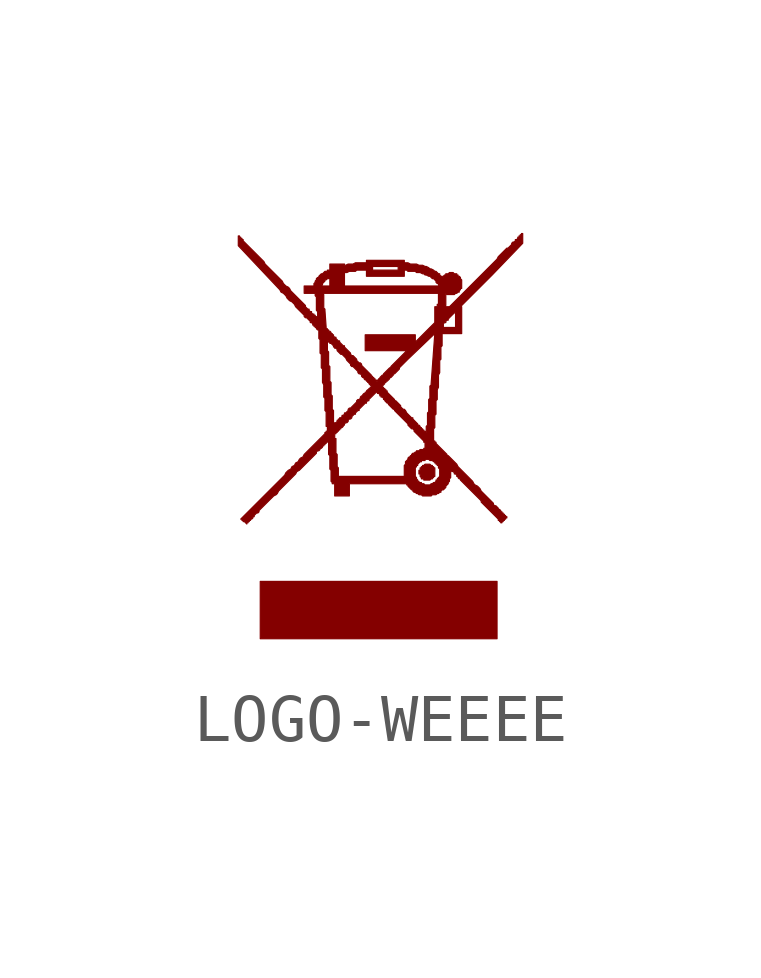
<source format=kicad_sym>
(kicad_symbol_lib
  (version 20211014)
  (generator kicad_symbol_editor)
  (symbol "LOGO-WEEEE"
    (pin_names
      (offset 1.016))
    (property "Reference" "#G"
      (at 0 -3.454 0)
      (effects (font (size 1.524 1.524)) hide))
    (symbol "LOGO-WEEEE_0_0"
      (polyline (pts (xy 2.438 -3.023) (xy -2.489 -3.023) (xy -2.489 -4.216) (xy 2.438 -4.216) (xy 2.438 -3.023)) (stroke (width 0.025) (type default) (color 0 0 0 0)) (fill (type outline)))
      (polyline (pts (xy 1.067 -0.889) (xy 1.092 -0.889) (xy 1.092 -0.864) (xy 1.118 -0.864) (xy 1.118 -0.838) (xy 1.143 -0.838) (xy 1.143 -0.66) (xy 1.118 -0.66) (xy 1.118 -0.635) (xy 1.092 -0.635) (xy 1.092 -0.61) (xy 1.067 -0.61) (xy 1.041 -0.584) (xy 0.94 -0.584) (xy 0.914 -0.61) (xy 0.889 -0.61) (xy 0.889 -0.635) (xy 0.864 -0.635) (xy 0.864 -0.66) (xy 0.838 -0.66) (xy 0.838 -0.711) (xy 0.813 -0.711) (xy 0.813 -0.787) (xy 0.838 -0.787) (xy 0.838 -0.838) (xy 0.864 -0.864) (xy 0.864 -0.889) (xy 0.914 -0.889) (xy 0.914 -0.914) (xy 1.041 -0.914) (xy 1.067 -0.889)) (stroke (width 0.025) (type default) (color 0 0 0 0)) (fill (type outline)))
      (polyline (pts (xy -2.769 -1.803) (xy -2.743 -1.803) (xy -2.743 -1.778) (xy -2.718 -1.778) (xy -2.718 -1.753) (xy -2.692 -1.753) (xy -2.692 -1.727) (xy -2.667 -1.727) (xy -2.642 -1.702) (xy -2.642 -1.676) (xy -2.616 -1.676) (xy -2.616 -1.651) (xy -2.565 -1.6) (xy -2.54 -1.6) (xy -2.515 -1.575) (xy -2.515 -1.549) (xy -2.21 -1.245) (xy -2.159 -1.219) (xy -2.134 -1.194) (xy -2.108 -1.143) (xy -1.753 -0.787) (xy -1.727 -0.737) (xy -1.676 -0.711) (xy -1.321 -0.356) (xy -1.321 -0.33) (xy -1.295 -0.305) (xy -1.27 -0.305) (xy -1.245 -0.279) (xy -1.245 -0.254) (xy -1.219 -0.254) (xy -1.194 -0.229) (xy -1.194 -0.203) (xy -1.168 -0.203) (xy -1.168 -0.178) (xy -1.143 -0.178) (xy -1.143 -0.152) (xy -1.118 -0.152) (xy -1.118 -0.127) (xy -1.092 -0.127) (xy -1.092 -0.102) (xy -1.067 -0.102) (xy -1.067 -0.381) (xy -1.041 -0.406) (xy -1.041 -0.686) (xy -1.016 -0.711) (xy -1.016 -0.94) (xy -0.991 -0.965) (xy -0.991 -0.991) (xy -0.94 -0.991) (xy -0.94 -1.245) (xy -0.635 -1.245) (xy -0.635 -0.991) (xy 0.559 -0.991) (xy 0.559 -1.016) (xy 0.584 -1.016) (xy 0.584 -1.041) (xy 0.66 -1.118) (xy 0.686 -1.118) (xy 0.686 -1.143) (xy 0.711 -1.168) (xy 0.737 -1.168) (xy 0.762 -1.194) (xy 0.787 -1.194) (xy 0.813 -1.219) (xy 0.864 -1.219) (xy 0.889 -1.245) (xy 1.067 -1.245) (xy 1.092 -1.219) (xy 1.168 -1.219) (xy 1.194 -1.194) (xy 1.219 -1.194) (xy 1.245 -1.168) (xy 1.27 -1.168) (xy 1.27 -1.143) (xy 1.295 -1.118) (xy 1.321 -1.118) (xy 1.372 -1.067) (xy 1.372 -1.041) (xy 1.422 -0.991) (xy 1.422 -0.965) (xy 1.448 -0.94) (xy 1.448 -0.889) (xy 1.473 -0.864) (xy 1.473 -0.711) (xy 1.499 -0.711) (xy 1.499 -0.737) (xy 1.524 -0.737) (xy 1.549 -0.762) (xy 1.549 -0.787) (xy 1.575 -0.787) (xy 1.6 -0.813) (xy 1.6 -0.838) (xy 1.626 -0.838) (xy 1.626 -0.864) (xy 1.651 -0.889) (xy 1.676 -0.889) (xy 1.676 -0.914) (xy 2.108 -1.346) (xy 2.108 -1.372) (xy 2.464 -1.727) (xy 2.464 -1.753) (xy 2.489 -1.753) (xy 2.489 -1.778) (xy 2.515 -1.778) (xy 2.515 -1.803) (xy 2.54 -1.803) (xy 2.54 -1.778) (xy 2.565 -1.778) (xy 2.565 -1.753) (xy 2.591 -1.753) (xy 2.591 -1.727) (xy 2.616 -1.727) (xy 2.616 -1.702) (xy 2.642 -1.702) (xy 2.642 -1.676) (xy 2.616 -1.676) (xy 2.616 -1.651) (xy 2.591 -1.651) (xy 2.591 -1.626) (xy 2.565 -1.626) (xy 2.565 -1.6) (xy 2.54 -1.6) (xy 2.54 -1.575) (xy 2.515 -1.575) (xy 2.515 -1.549) (xy 2.489 -1.524) (xy 2.464 -1.524) (xy 2.464 -1.499) (xy 2.413 -1.448) (xy 2.388 -1.448) (xy 2.362 -1.422) (xy 2.362 -1.397) (xy 2.108 -1.143) (xy 2.083 -1.092) (xy 2.032 -1.041) (xy 1.981 -1.016) (xy 1.956 -0.991) (xy 1.93 -0.94) (xy 1.626 -0.635) (xy 1.6 -0.584) (xy 1.422 -0.406) (xy 1.397 -0.406) (xy 1.397 -0.381) (xy 1.168 -0.152) (xy 1.168 -0.127) (xy 1.143 -0.127) (xy 1.143 -0.102) (xy 1.118 -0.102) (xy 1.118 0.152) (xy 1.143 0.178) (xy 1.143 0.432) (xy 1.168 0.457) (xy 1.168 0.737) (xy 1.194 0.762) (xy 1.194 0.965) (xy 1.219 1.016) (xy 1.219 1.27) (xy 1.245 1.321) (xy 1.245 1.575) (xy 1.27 1.6) (xy 1.27 1.854) (xy 1.295 1.88) (xy 1.295 2.134) (xy 1.702 2.134) (xy 1.702 2.692) (xy 1.676 2.692) (xy 2.337 3.353) (xy 2.972 4.013) (xy 2.972 4.216) (xy 2.946 4.216) (xy 2.946 4.191) (xy 2.921 4.191) (xy 2.921 4.166) (xy 2.896 4.166) (xy 2.896 4.14) (xy 2.87 4.14) (xy 2.87 4.115) (xy 2.845 4.089) (xy 2.819 4.089) (xy 2.819 4.064) (xy 2.794 4.039) (xy 2.769 4.039) (xy 2.743 4.013) (xy 2.743 3.988) (xy 2.667 3.912) (xy 2.642 3.912) (xy 2.464 3.734) (xy 2.438 3.683) (xy 1.448 2.692) (xy 1.346 2.692) (xy 1.346 2.718) (xy 1.372 2.718) (xy 1.372 2.972) (xy 1.397 2.972) (xy 1.397 2.946) (xy 1.549 2.946) (xy 1.575 2.972) (xy 1.6 2.972) (xy 1.626 2.997) (xy 1.651 2.997) (xy 1.651 3.023) (xy 1.676 3.048) (xy 1.676 3.073) (xy 1.702 3.073) (xy 1.702 3.251) (xy 1.676 3.277) (xy 1.676 3.302) (xy 1.651 3.327) (xy 1.626 3.327) (xy 1.626 3.353) (xy 1.6 3.353) (xy 1.6 3.378) (xy 1.549 3.378) (xy 1.524 3.404) (xy 1.448 3.404) (xy 1.422 3.378) (xy 1.372 3.378) (xy 1.372 3.353) (xy 1.346 3.353) (xy 1.321 3.327) (xy 1.321 3.302) (xy 1.295 3.302) (xy 1.295 3.327) (xy 1.27 3.327) (xy 1.245 3.353) (xy 1.245 3.378) (xy 1.219 3.378) (xy 1.168 3.429) (xy 1.143 3.429) (xy 1.118 3.454) (xy 1.067 3.48) (xy 1.041 3.48) (xy 1.016 3.505) (xy 0.965 3.531) (xy 0.94 3.531) (xy 0.889 3.556) (xy 0.813 3.556) (xy 0.762 3.581) (xy 0.635 3.581) (xy 0.584 3.607) (xy 0.508 3.607) (xy 0.508 3.658) (xy -0.279 3.658) (xy -0.279 3.607) (xy -0.508 3.607) (xy -0.559 3.581) (xy -0.66 3.581) (xy -0.711 3.556) (xy -0.737 3.556) (xy -0.737 3.581) (xy -1.041 3.581) (xy -1.041 3.454) (xy -1.092 3.454) (xy -1.092 3.429) (xy -1.143 3.429) (xy -1.194 3.378) (xy -1.219 3.378) (xy -1.27 3.327) (xy -1.27 3.302) (xy -1.295 3.302) (xy -1.321 3.277) (xy -1.321 3.251) (xy -1.346 3.226) (xy -1.346 3.2) (xy -1.372 3.175) (xy -1.372 3.124) (xy -1.219 3.124) (xy -1.219 3.15) (xy -1.194 3.15) (xy -1.194 3.175) (xy -1.143 3.226) (xy -1.143 3.251) (xy -1.118 3.251) (xy -1.092 3.277) (xy -1.067 3.277) (xy -1.041 3.302) (xy -1.041 3.124) (xy -0.737 3.124) (xy -0.737 3.404) (xy -0.686 3.404) (xy -0.635 3.429) (xy -0.508 3.429) (xy -0.483 3.454) (xy -0.279 3.454) (xy -0.152 3.454) (xy -0.152 3.531) (xy 0.381 3.531) (xy 0.381 3.454) (xy -0.152 3.454) (xy -0.279 3.454) (xy -0.279 3.327) (xy 0.508 3.327) (xy 0.508 3.454) (xy 0.559 3.454) (xy 0.584 3.429) (xy 0.737 3.429) (xy 0.762 3.404) (xy 0.838 3.404) (xy 0.889 3.378) (xy 0.914 3.378) (xy 0.94 3.353) (xy 0.965 3.353) (xy 1.016 3.327) (xy 1.041 3.327) (xy 1.092 3.277) (xy 1.118 3.277) (xy 1.168 3.226) (xy 1.168 3.2) (xy 1.194 3.175) (xy 1.219 3.175) (xy 1.219 3.15) (xy 1.245 3.124) (xy -0.737 3.124) (xy -1.041 3.124) (xy -1.219 3.124) (xy -1.372 3.124) (xy -1.575 3.124) (xy -1.575 2.972) (xy -1.346 2.972) (xy -1.346 2.946) (xy -1.194 2.946) (xy -1.194 2.972) (xy 1.219 2.972) (xy 1.219 2.743) (xy 1.194 2.743) (xy 1.194 2.692) (xy 1.143 2.692) (xy 1.143 2.362) (xy 1.041 2.261) (xy 1.321 2.261) (xy 1.321 2.337) (xy 1.346 2.362) (xy 1.372 2.362) (xy 1.372 2.388) (xy 1.397 2.413) (xy 1.422 2.413) (xy 1.422 2.438) (xy 1.549 2.565) (xy 1.575 2.565) (xy 1.575 2.261) (xy 1.321 2.261) (xy 1.041 2.261) (xy 0.737 1.956) (xy 0.737 2.108) (xy -0.305 2.108) (xy -0.305 1.778) (xy 0.559 1.778) (xy 0.229 1.448) (xy 0.229 1.422) (xy 0.203 1.422) (xy 0.076 1.295) (xy 0.076 1.27) (xy 0.051 1.27) (xy 0 1.219) (xy 0 1.194) (xy -0.025 1.194) (xy -0.025 1.168) (xy -0.051 1.168) (xy -0.051 1.143) (xy -0.076 1.143) (xy -0.076 1.168) (xy -0.102 1.168) (xy -0.102 1.194) (xy -0.127 1.194) (xy -0.127 1.219) (xy -0.152 1.219) (xy -0.152 1.245) (xy -0.178 1.245) (xy -0.178 1.27) (xy -0.381 1.473) (xy -0.381 1.499) (xy -0.406 1.524) (xy -0.432 1.524) (xy -0.483 1.575) (xy -0.483 1.6) (xy -0.559 1.676) (xy -0.584 1.676) (xy -0.61 1.702) (xy -0.61 1.727) (xy -0.737 1.854) (xy -0.737 1.88) (xy -0.762 1.88) (xy -0.838 1.956) (xy -0.838 1.981) (xy -0.864 1.981) (xy -0.914 2.032) (xy -0.914 2.057) (xy -0.94 2.057) (xy -0.965 2.083) (xy -0.965 2.108) (xy -0.991 2.108) (xy -0.991 2.134) (xy -1.016 2.134) (xy -1.016 2.159) (xy -1.041 2.184) (xy -1.067 2.184) (xy -1.067 2.21) (xy -1.092 2.21) (xy -1.092 2.235) (xy -1.118 2.235) (xy -1.118 2.261) (xy -1.143 2.616) (xy -1.143 2.642) (xy -1.168 2.667) (xy -1.168 2.946) (xy -1.194 2.946) (xy -1.346 2.946) (xy -1.346 2.921) (xy -1.321 2.896) (xy -1.321 2.616) (xy -1.295 2.591) (xy -1.295 2.464) (xy -1.321 2.464) (xy -1.321 2.489) (xy -1.346 2.489) (xy -1.346 2.515) (xy -1.372 2.515) (xy -1.372 2.54) (xy -1.397 2.54) (xy -1.422 2.565) (xy -1.422 2.591) (xy -1.448 2.591) (xy -1.473 2.616) (xy -1.473 2.642) (xy -1.499 2.642) (xy -1.549 2.692) (xy -1.549 2.718) (xy -1.854 3.023) (xy -1.88 3.073) (xy -1.905 3.099) (xy -1.956 3.124) (xy -2.007 3.175) (xy -2.032 3.226) (xy -2.388 3.581) (xy -2.413 3.632) (xy -2.845 4.064) (xy -2.845 4.089) (xy -2.87 4.089) (xy -2.87 4.115) (xy -2.896 4.115) (xy -2.896 4.14) (xy -2.921 4.14) (xy -2.921 4.166) (xy -2.946 4.166) (xy -2.946 3.962) (xy -2.108 3.073) (xy -2.083 3.048) (xy -2.057 2.997) (xy -2.007 2.972) (xy -1.956 2.921) (xy -1.93 2.87) (xy -1.88 2.819) (xy -1.829 2.794) (xy -1.778 2.743) (xy -1.753 2.692) (xy -1.575 2.515) (xy -1.575 2.489) (xy -1.549 2.464) (xy -1.524 2.464) (xy -1.448 2.388) (xy -1.448 2.362) (xy -1.422 2.362) (xy -1.397 2.337) (xy -1.397 2.311) (xy -1.372 2.311) (xy -1.372 2.286) (xy -1.346 2.286) (xy -1.346 2.261) (xy -1.321 2.261) (xy -1.321 2.235) (xy -1.295 2.21) (xy -1.27 2.21) (xy -1.27 2.032) (xy -1.245 2.007) (xy -1.245 1.778) (xy -1.092 1.778) (xy -1.092 1.981) (xy -1.067 1.981) (xy -1.067 1.956) (xy -1.041 1.956) (xy -1.041 1.93) (xy -1.016 1.93) (xy -0.965 1.88) (xy -0.965 1.854) (xy -0.94 1.854) (xy -0.94 1.829) (xy -0.914 1.829) (xy -0.889 1.803) (xy -0.889 1.778) (xy -0.813 1.702) (xy -0.787 1.702) (xy -0.711 1.626) (xy -0.686 1.575) (xy -0.61 1.499) (xy -0.61 1.473) (xy -0.584 1.448) (xy -0.559 1.448) (xy -0.457 1.346) (xy -0.457 1.321) (xy -0.432 1.295) (xy -0.406 1.295) (xy -0.381 1.27) (xy -0.381 1.245) (xy -0.356 1.219) (xy -0.33 1.219) (xy -0.33 1.194) (xy -0.305 1.168) (xy -0.279 1.168) (xy -0.279 1.143) (xy -0.254 1.143) (xy -0.254 1.118) (xy -0.229 1.118) (xy -0.229 1.092) (xy -0.178 1.041) (xy -0.178 1.016) (xy 0.051 1.016) (xy 0.051 1.041) (xy 0.102 1.092) (xy 0.102 1.118) (xy 0.127 1.118) (xy 0.127 1.143) (xy 0.152 1.143) (xy 0.203 1.194) (xy 0.203 1.219) (xy 0.229 1.219) (xy 0.279 1.27) (xy 0.279 1.295) (xy 0.305 1.295) (xy 0.406 1.397) (xy 0.406 1.422) (xy 0.584 1.6) (xy 1.143 2.134) (xy 1.067 1.092) (xy 1.067 1.067) (xy 1.041 1.041) (xy 1.041 0.787) (xy 1.016 0.762) (xy 1.016 0.508) (xy 0.991 0.483) (xy 0.991 0.229) (xy 0.965 0.203) (xy 0.965 0.076) (xy 0.94 0.076) (xy 0.94 0.102) (xy 0.914 0.102) (xy 0.914 0.127) (xy 0.889 0.127) (xy 0.889 0.152) (xy 0.864 0.152) (xy 0.864 0.178) (xy 0.838 0.178) (xy 0.838 0.203) (xy 0.813 0.229) (xy 0.787 0.229) (xy 0.787 0.254) (xy 0.686 0.356) (xy 0.686 0.381) (xy 0.66 0.381) (xy 0.559 0.483) (xy 0.533 0.533) (xy 0.508 0.559) (xy 0.483 0.559) (xy 0.432 0.61) (xy 0.432 0.635) (xy 0.33 0.737) (xy 0.305 0.737) (xy 0.305 0.762) (xy 0.152 0.914) (xy 0.152 0.94) (xy 0.127 0.94) (xy 0.127 0.965) (xy 0.102 0.965) (xy 0.102 0.991) (xy 0.076 0.991) (xy 0.076 1.016) (xy 0.051 1.016) (xy -0.178 1.016) (xy -0.203 1.016) (xy -0.203 0.991) (xy -0.229 0.991) (xy -0.229 0.965) (xy -0.254 0.965) (xy -0.279 0.94) (xy -0.279 0.914) (xy -0.305 0.914) (xy -0.305 0.889) (xy -0.33 0.889) (xy -0.356 0.864) (xy -0.356 0.838) (xy -0.381 0.838) (xy -0.406 0.813) (xy -0.406 0.787) (xy -0.432 0.762) (xy -0.457 0.762) (xy -0.483 0.737) (xy -0.483 0.711) (xy -0.61 0.584) (xy -0.635 0.584) (xy -0.66 0.559) (xy -0.66 0.533) (xy -0.711 0.483) (xy -0.737 0.483) (xy -0.737 0.457) (xy -0.762 0.432) (xy -0.787 0.432) (xy -0.787 0.406) (xy -0.813 0.381) (xy -0.838 0.381) (xy -0.838 0.356) (xy -0.864 0.356) (xy -0.864 0.33) (xy -0.889 0.33) (xy -0.889 0.305) (xy -0.914 0.279) (xy -0.94 0.279) (xy -0.94 0.254) (xy -0.965 0.254) (xy -0.965 0.533) (xy -0.991 0.559) (xy -0.991 0.838) (xy -1.016 0.864) (xy -1.016 1.118) (xy -1.041 1.143) (xy -1.041 1.448) (xy -1.067 1.473) (xy -1.067 1.753) (xy -1.092 1.778) (xy -1.245 1.778) (xy -1.245 1.727) (xy -1.219 1.702) (xy -1.219 1.422) (xy -1.194 1.397) (xy -1.194 1.118) (xy -1.168 1.067) (xy -1.168 0.813) (xy -1.143 0.787) (xy -1.143 0.533) (xy -1.118 0.508) (xy -1.118 0.203) (xy -1.092 0.203) (xy -1.092 0.102) (xy -1.118 0.102) (xy -1.118 0.076) (xy -1.143 0.076) (xy -1.143 0.051) (xy -1.245 -0.051) (xy -0.94 -0.051) (xy -0.94 0.051) (xy -0.914 0.051) (xy -0.914 0.076) (xy -0.889 0.076) (xy -0.889 0.102) (xy -0.864 0.102) (xy -0.864 0.127) (xy -0.838 0.127) (xy -0.838 0.152) (xy -0.813 0.152) (xy -0.813 0.178) (xy -0.787 0.178) (xy -0.762 0.203) (xy -0.762 0.229) (xy -0.737 0.229) (xy -0.737 0.254) (xy -0.711 0.279) (xy -0.686 0.279) (xy -0.66 0.305) (xy -0.66 0.33) (xy -0.635 0.356) (xy -0.61 0.356) (xy -0.584 0.381) (xy -0.584 0.406) (xy -0.533 0.457) (xy -0.508 0.457) (xy -0.508 0.483) (xy -0.457 0.533) (xy -0.432 0.533) (xy -0.432 0.559) (xy -0.305 0.686) (xy -0.279 0.686) (xy -0.279 0.711) (xy -0.254 0.737) (xy -0.229 0.737) (xy -0.229 0.762) (xy -0.076 0.914) (xy -0.051 0.914) (xy -0.051 0.889) (xy -0.025 0.889) (xy 0 0.864) (xy 0 0.838) (xy 0.025 0.838) (xy 0.025 0.813) (xy 0.051 0.813) (xy 0.076 0.787) (xy 0.076 0.762) (xy 0.102 0.762) (xy 0.102 0.737) (xy 0.152 0.686) (xy 0.178 0.686) (xy 0.178 0.66) (xy 0.279 0.559) (xy 0.305 0.559) (xy 0.305 0.533) (xy 0.584 0.254) (xy 0.584 0.229) (xy 0.66 0.152) (xy 0.686 0.152) (xy 0.711 0.127) (xy 0.711 0.102) (xy 0.914 -0.102) (xy 0.914 -0.127) (xy 0.94 -0.127) (xy 0.94 -0.254) (xy 0.914 -0.254) (xy 0.914 -0.279) (xy 0.838 -0.279) (xy 0.813 -0.305) (xy 0.762 -0.305) (xy 0.762 -0.33) (xy 0.737 -0.33) (xy 0.711 -0.356) (xy 0.686 -0.356) (xy 0.66 -0.381) (xy 0.66 -0.406) (xy 0.635 -0.406) (xy 0.635 -0.432) (xy 0.61 -0.432) (xy 0.584 -0.457) (xy 0.584 -0.483) (xy 0.533 -0.533) (xy 0.533 -0.584) (xy 0.508 -0.61) (xy 0.508 -0.838) (xy 0.737 -0.838) (xy 0.737 -0.66) (xy 0.762 -0.635) (xy 0.762 -0.61) (xy 0.787 -0.61) (xy 0.787 -0.584) (xy 0.838 -0.533) (xy 0.864 -0.533) (xy 0.864 -0.508) (xy 0.94 -0.508) (xy 0.94 -0.483) (xy 1.016 -0.483) (xy 1.041 -0.508) (xy 1.092 -0.508) (xy 1.118 -0.533) (xy 1.143 -0.533) (xy 1.143 -0.559) (xy 1.168 -0.559) (xy 1.168 -0.584) (xy 1.194 -0.584) (xy 1.194 -0.61) (xy 1.219 -0.61) (xy 1.219 -0.66) (xy 1.245 -0.686) (xy 1.245 -0.838) (xy 1.194 -0.889) (xy 1.194 -0.914) (xy 1.168 -0.914) (xy 1.168 -0.94) (xy 1.143 -0.965) (xy 1.118 -0.965) (xy 1.092 -0.991) (xy 1.067 -0.991) (xy 1.041 -1.016) (xy 0.94 -1.016) (xy 0.914 -0.991) (xy 0.864 -0.991) (xy 0.864 -0.965) (xy 0.813 -0.965) (xy 0.813 -0.94) (xy 0.787 -0.94) (xy 0.787 -0.914) (xy 0.762 -0.889) (xy 0.762 -0.864) (xy 0.737 -0.838) (xy 0.508 -0.838) (xy -0.864 -0.838) (xy -0.864 -0.66) (xy -0.889 -0.635) (xy -0.889 -0.381) (xy -0.914 -0.356) (xy -0.914 -0.051) (xy -0.94 -0.051) (xy -1.245 -0.051) (xy -1.575 -0.381) (xy -1.6 -0.432) (xy -1.651 -0.457) (xy -1.676 -0.483) (xy -1.702 -0.533) (xy -1.753 -0.559) (xy -1.778 -0.61) (xy -1.829 -0.635) (xy -1.854 -0.686) (xy -1.905 -0.711) (xy -1.956 -0.762) (xy -1.981 -0.813) (xy -2.896 -1.727) (xy -2.87 -1.727) (xy -2.87 -1.753) (xy -2.845 -1.753) (xy -2.845 -1.778) (xy -2.819 -1.778) (xy -2.769 -1.829) (xy -2.769 -1.803)) (stroke (width 0.025) (type default) (color 0 0 0 0)) (fill (type outline))))))
</source>
